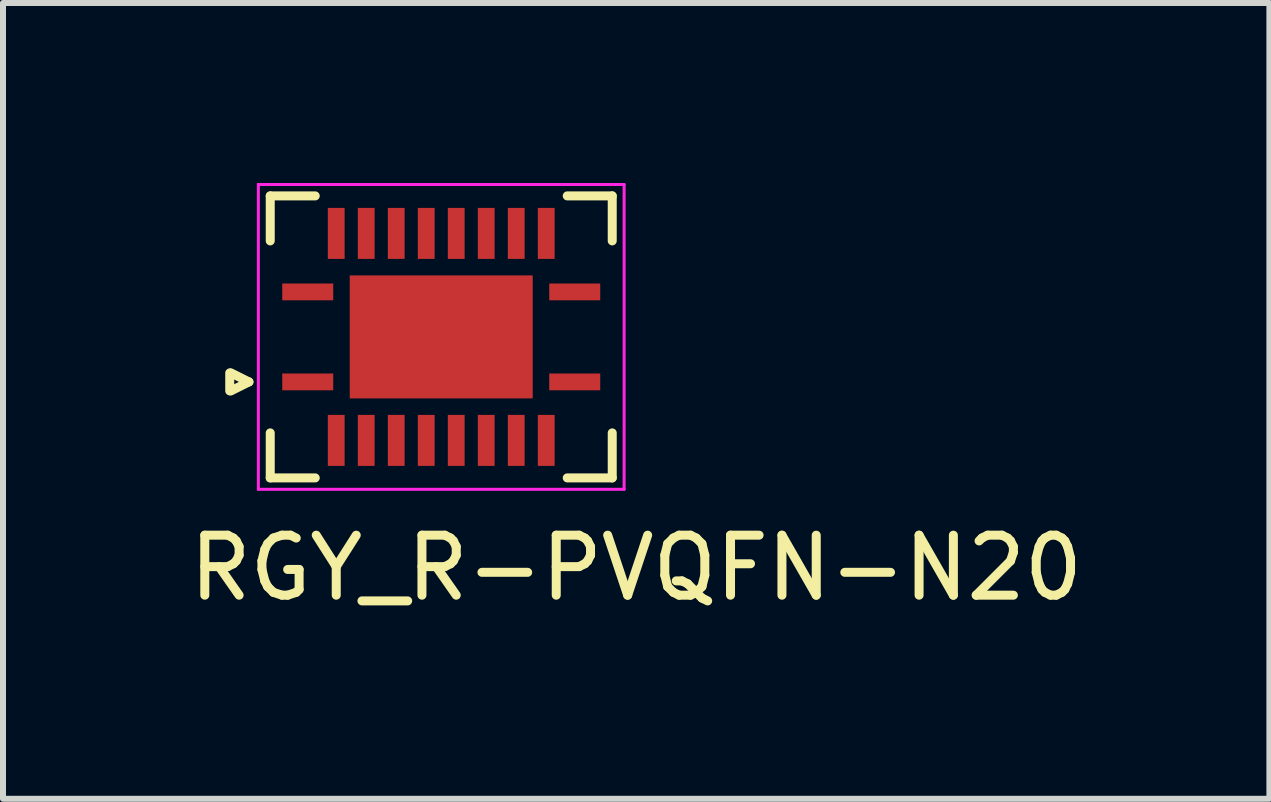
<source format=kicad_pcb>
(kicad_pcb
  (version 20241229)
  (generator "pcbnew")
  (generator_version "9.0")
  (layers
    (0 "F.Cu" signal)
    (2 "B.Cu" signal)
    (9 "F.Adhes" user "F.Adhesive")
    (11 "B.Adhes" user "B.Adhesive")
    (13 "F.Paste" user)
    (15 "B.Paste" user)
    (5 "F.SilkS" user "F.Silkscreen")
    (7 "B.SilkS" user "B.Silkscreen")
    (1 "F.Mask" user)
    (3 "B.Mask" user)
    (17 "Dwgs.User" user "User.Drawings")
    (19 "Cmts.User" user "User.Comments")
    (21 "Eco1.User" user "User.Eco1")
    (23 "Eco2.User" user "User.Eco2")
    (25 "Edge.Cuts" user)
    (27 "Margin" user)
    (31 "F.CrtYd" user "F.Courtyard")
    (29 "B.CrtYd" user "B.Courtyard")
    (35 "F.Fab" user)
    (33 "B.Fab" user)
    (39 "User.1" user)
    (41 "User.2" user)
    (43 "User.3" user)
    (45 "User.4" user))
  (footprint "RGY_R-PVQFN-N20"
    (layer "F.Cu")
    (at 4.304 2.565)
    (property "Reference" "RGY_R-PVQFN-N20" (at 3.25 3.85 0) (layer "F.SilkS") (effects (font (size 1 1) (thickness 0.15))))
    (attr smd)
    (fp_line (start -3.525 0.9) (end -3.525 0.6) (stroke (width 0.15) (type solid)) (layer "F.SilkS"))
    (fp_line (start -3.505 0.6) (end -3.205 0.75) (stroke (width 0.15) (type solid)) (layer "F.SilkS"))
    (fp_line (start -3.205 0.75) (end -3.505 0.9) (stroke (width 0.15) (type solid)) (layer "F.SilkS"))
    (fp_line (start -2.85 -2.35) (end -2.85 -1.6) (stroke (width 0.15) (type solid)) (layer "F.SilkS"))
    (fp_line (start -2.85 -2.35) (end -2.1 -2.35) (stroke (width 0.15) (type solid)) (layer "F.SilkS"))
    (fp_line (start -2.85 2.35) (end -2.85 1.6) (stroke (width 0.15) (type solid)) (layer "F.SilkS"))
    (fp_line (start -2.85 2.35) (end -2.1 2.35) (stroke (width 0.15) (type solid)) (layer "F.SilkS"))
    (fp_line (start 2.1 2.35) (end 2.85 2.35) (stroke (width 0.15) (type solid)) (layer "F.SilkS"))
    (fp_line (start 2.85 -2.35) (end 2.1 -2.35) (stroke (width 0.15) (type solid)) (layer "F.SilkS"))
    (fp_line (start 2.85 -2.35) (end 2.85 -1.6) (stroke (width 0.15) (type solid)) (layer "F.SilkS"))
    (fp_line (start 2.85 1.6) (end 2.85 2.35) (stroke (width 0.15) (type solid)) (layer "F.SilkS"))
    (fp_line (start -3.048 -2.54) (end -3.048 2.54) (stroke (width 0.05) (type solid)) (layer "F.CrtYd"))
    (fp_line (start -3.048 2.54) (end 3.048 2.54) (stroke (width 0.05) (type solid)) (layer "F.CrtYd"))
    (fp_line (start 3.048 -2.54) (end -3.048 -2.54) (stroke (width 0.05) (type solid)) (layer "F.CrtYd"))
    (fp_line (start 3.048 2.54) (end 3.048 -2.54) (stroke (width 0.05) (type solid)) (layer "F.CrtYd"))
    (pad "0" smd rect (at 0 0) (size 3.05 2.05) (layers "F.Cu" "F.Mask" "F.Paste"))
    (pad "1" smd rect (at -2.225 0.75 90) (size 0.28 0.85) (layers "F.Cu" "F.Mask" "F.Paste"))
    (pad "2" smd rect (at -1.75 1.725) (size 0.28 0.85) (layers "F.Cu" "F.Mask" "F.Paste"))
    (pad "3" smd rect (at -1.25 1.725) (size 0.28 0.85) (layers "F.Cu" "F.Mask" "F.Paste"))
    (pad "4" smd rect (at -0.75 1.725) (size 0.28 0.85) (layers "F.Cu" "F.Mask" "F.Paste"))
    (pad "5" smd rect (at -0.25 1.725) (size 0.28 0.85) (layers "F.Cu" "F.Mask" "F.Paste"))
    (pad "6" smd rect (at 0.25 1.725) (size 0.28 0.85) (layers "F.Cu" "F.Mask" "F.Paste"))
    (pad "7" smd rect (at 0.75 1.725) (size 0.28 0.85) (layers "F.Cu" "F.Mask" "F.Paste"))
    (pad "8" smd rect (at 1.25 1.725) (size 0.28 0.85) (layers "F.Cu" "F.Mask" "F.Paste"))
    (pad "9" smd rect (at 1.75 1.725) (size 0.28 0.85) (layers "F.Cu" "F.Mask" "F.Paste"))
    (pad "10" smd rect (at 2.225 0.75 90) (size 0.28 0.85) (layers "F.Cu" "F.Mask" "F.Paste"))
    (pad "11" smd rect (at 2.225 -0.75 90) (size 0.28 0.85) (layers "F.Cu" "F.Mask" "F.Paste"))
    (pad "12" smd rect (at 1.75 -1.725) (size 0.28 0.85) (layers "F.Cu" "F.Mask" "F.Paste"))
    (pad "13" smd rect (at 1.25 -1.725) (size 0.28 0.85) (layers "F.Cu" "F.Mask" "F.Paste"))
    (pad "14" smd rect (at 0.75 -1.725) (size 0.28 0.85) (layers "F.Cu" "F.Mask" "F.Paste"))
    (pad "15" smd rect (at 0.25 -1.725) (size 0.28 0.85) (layers "F.Cu" "F.Mask" "F.Paste"))
    (pad "16" smd rect (at -0.25 -1.725) (size 0.28 0.85) (layers "F.Cu" "F.Mask" "F.Paste"))
    (pad "17" smd rect (at -0.75 -1.725) (size 0.28 0.85) (layers "F.Cu" "F.Mask" "F.Paste"))
    (pad "18" smd rect (at -1.25 -1.725) (size 0.28 0.85) (layers "F.Cu" "F.Mask" "F.Paste"))
    (pad "19" smd rect (at -1.75 -1.725) (size 0.28 0.85) (layers "F.Cu" "F.Mask" "F.Paste"))
    (pad "20" smd rect (at -2.225 -0.75 90) (size 0.28 0.85) (layers "F.Cu" "F.Mask" "F.Paste")))
  (gr_rect
    (start -3 -3)
    (end 18.107 10.263)
    (stroke (width 0.1) (type default))
    (fill no)
    (layer "Edge.Cuts")))
</source>
